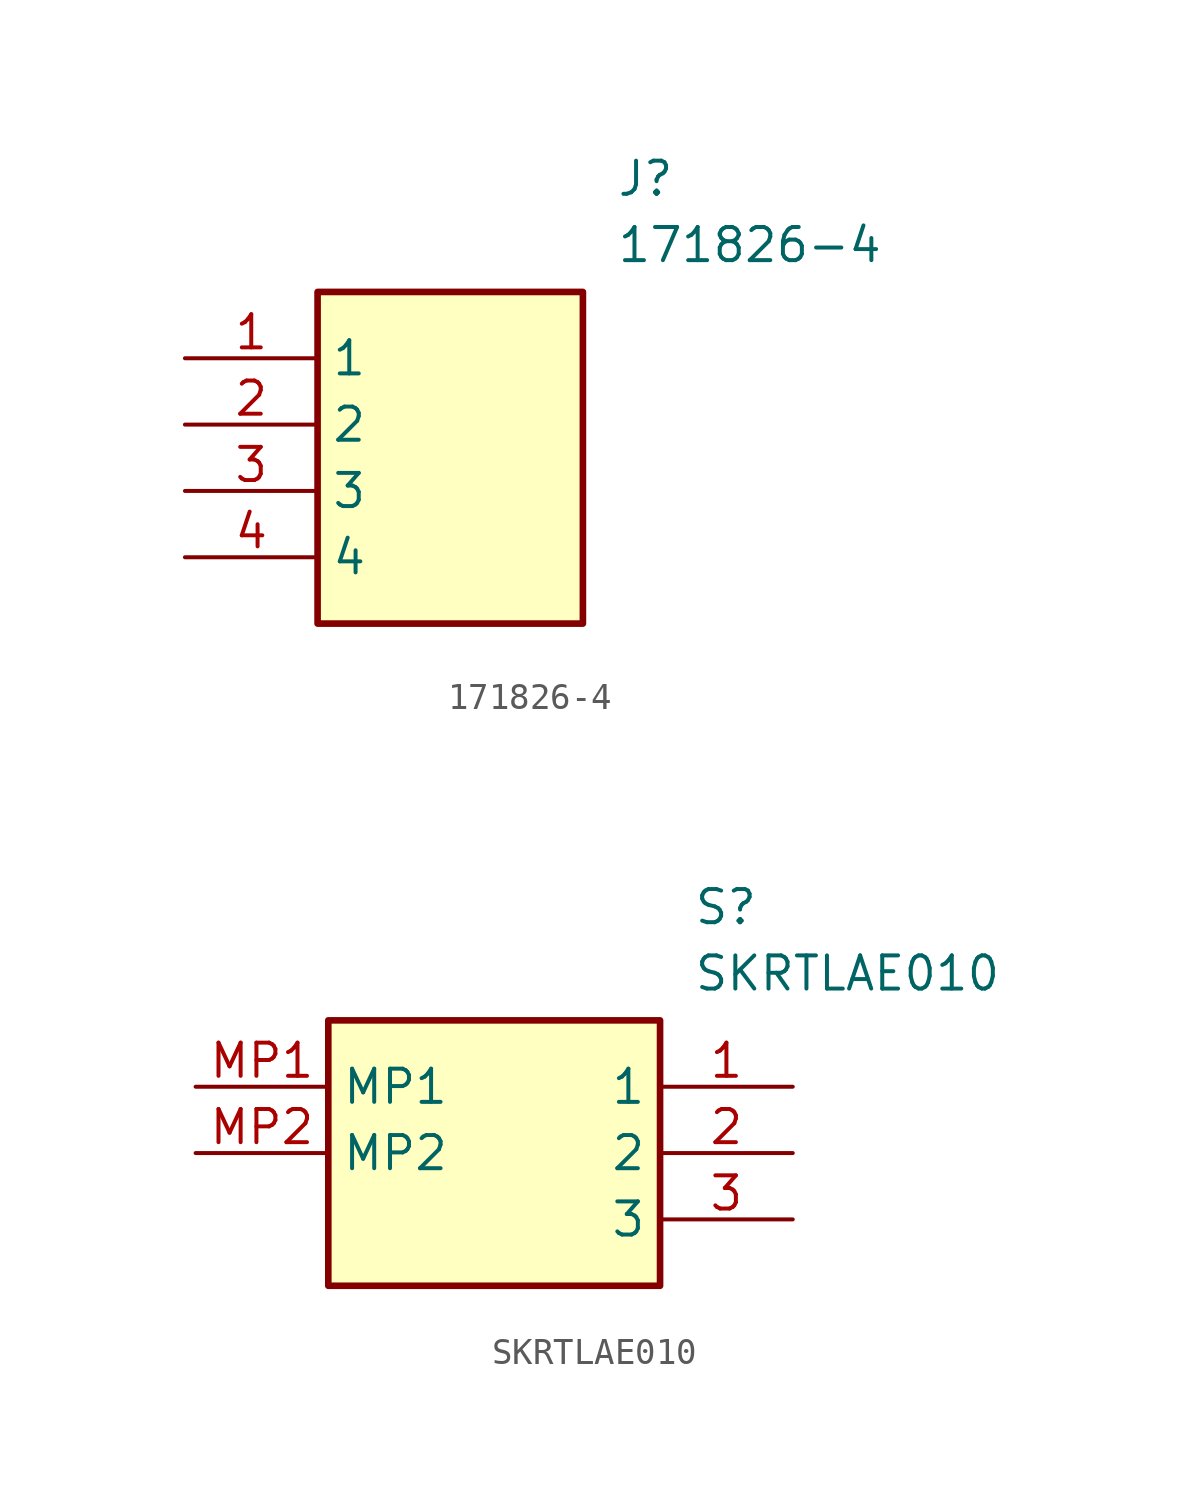
<source format=kicad_sym>
(kicad_symbol_lib
  (version 20231120)
  (generator "kicad_symbol_editor")
  (generator_version "8.0")
  (symbol "171826-4"
    (property "Reference" "J"
      (at 16.51 7.62 0)
      (effects (font (size 1.27 1.27)) (justify left top)))
    (property "Value" "171826-4"
      (at 16.51 5.08 0)
      (effects (font (size 1.27 1.27)) (justify left top)))
    (symbol "171826-4_1_1"
      (rectangle (start 5.08 2.54) (end 15.24 -10.16) (stroke (width 0.254) (type default)) (fill (type background)))
      (pin passive line (at 0 0 0) (length 5.08) (name "1" (effects (font (size 1.27 1.27)))) (number "1" (effects (font (size 1.27 1.27)))))
      (pin passive line (at 0 -2.54 0) (length 5.08) (name "2" (effects (font (size 1.27 1.27)))) (number "2" (effects (font (size 1.27 1.27)))))
      (pin passive line (at 0 -5.08 0) (length 5.08) (name "3" (effects (font (size 1.27 1.27)))) (number "3" (effects (font (size 1.27 1.27)))))
      (pin passive line (at 0 -7.62 0) (length 5.08) (name "4" (effects (font (size 1.27 1.27)))) (number "4" (effects (font (size 1.27 1.27)))))))
  (symbol "SKRTLAE010"
    (property "Reference" "S"
      (at 19.05 7.62 0)
      (effects (font (size 1.27 1.27)) (justify left top)))
    (property "Value" "SKRTLAE010"
      (at 19.05 5.08 0)
      (effects (font (size 1.27 1.27)) (justify left top)))
    (symbol "SKRTLAE010_1_1"
      (rectangle (start 5.08 2.54) (end 17.78 -7.62) (stroke (width 0.254) (type default)) (fill (type background)))
      (pin passive line (at 22.86 0 180) (length 5.08) (name "1" (effects (font (size 1.27 1.27)))) (number "1" (effects (font (size 1.27 1.27)))))
      (pin passive line (at 22.86 -2.54 180) (length 5.08) (name "2" (effects (font (size 1.27 1.27)))) (number "2" (effects (font (size 1.27 1.27)))))
      (pin passive line (at 22.86 -5.08 180) (length 5.08) (name "3" (effects (font (size 1.27 1.27)))) (number "3" (effects (font (size 1.27 1.27)))))
      (pin passive line (at 0 0 0) (length 5.08) (name "MP1" (effects (font (size 1.27 1.27)))) (number "MP1" (effects (font (size 1.27 1.27)))))
      (pin passive line (at 0 -2.54 0) (length 5.08) (name "MP2" (effects (font (size 1.27 1.27)))) (number "MP2" (effects (font (size 1.27 1.27))))))))
</source>
